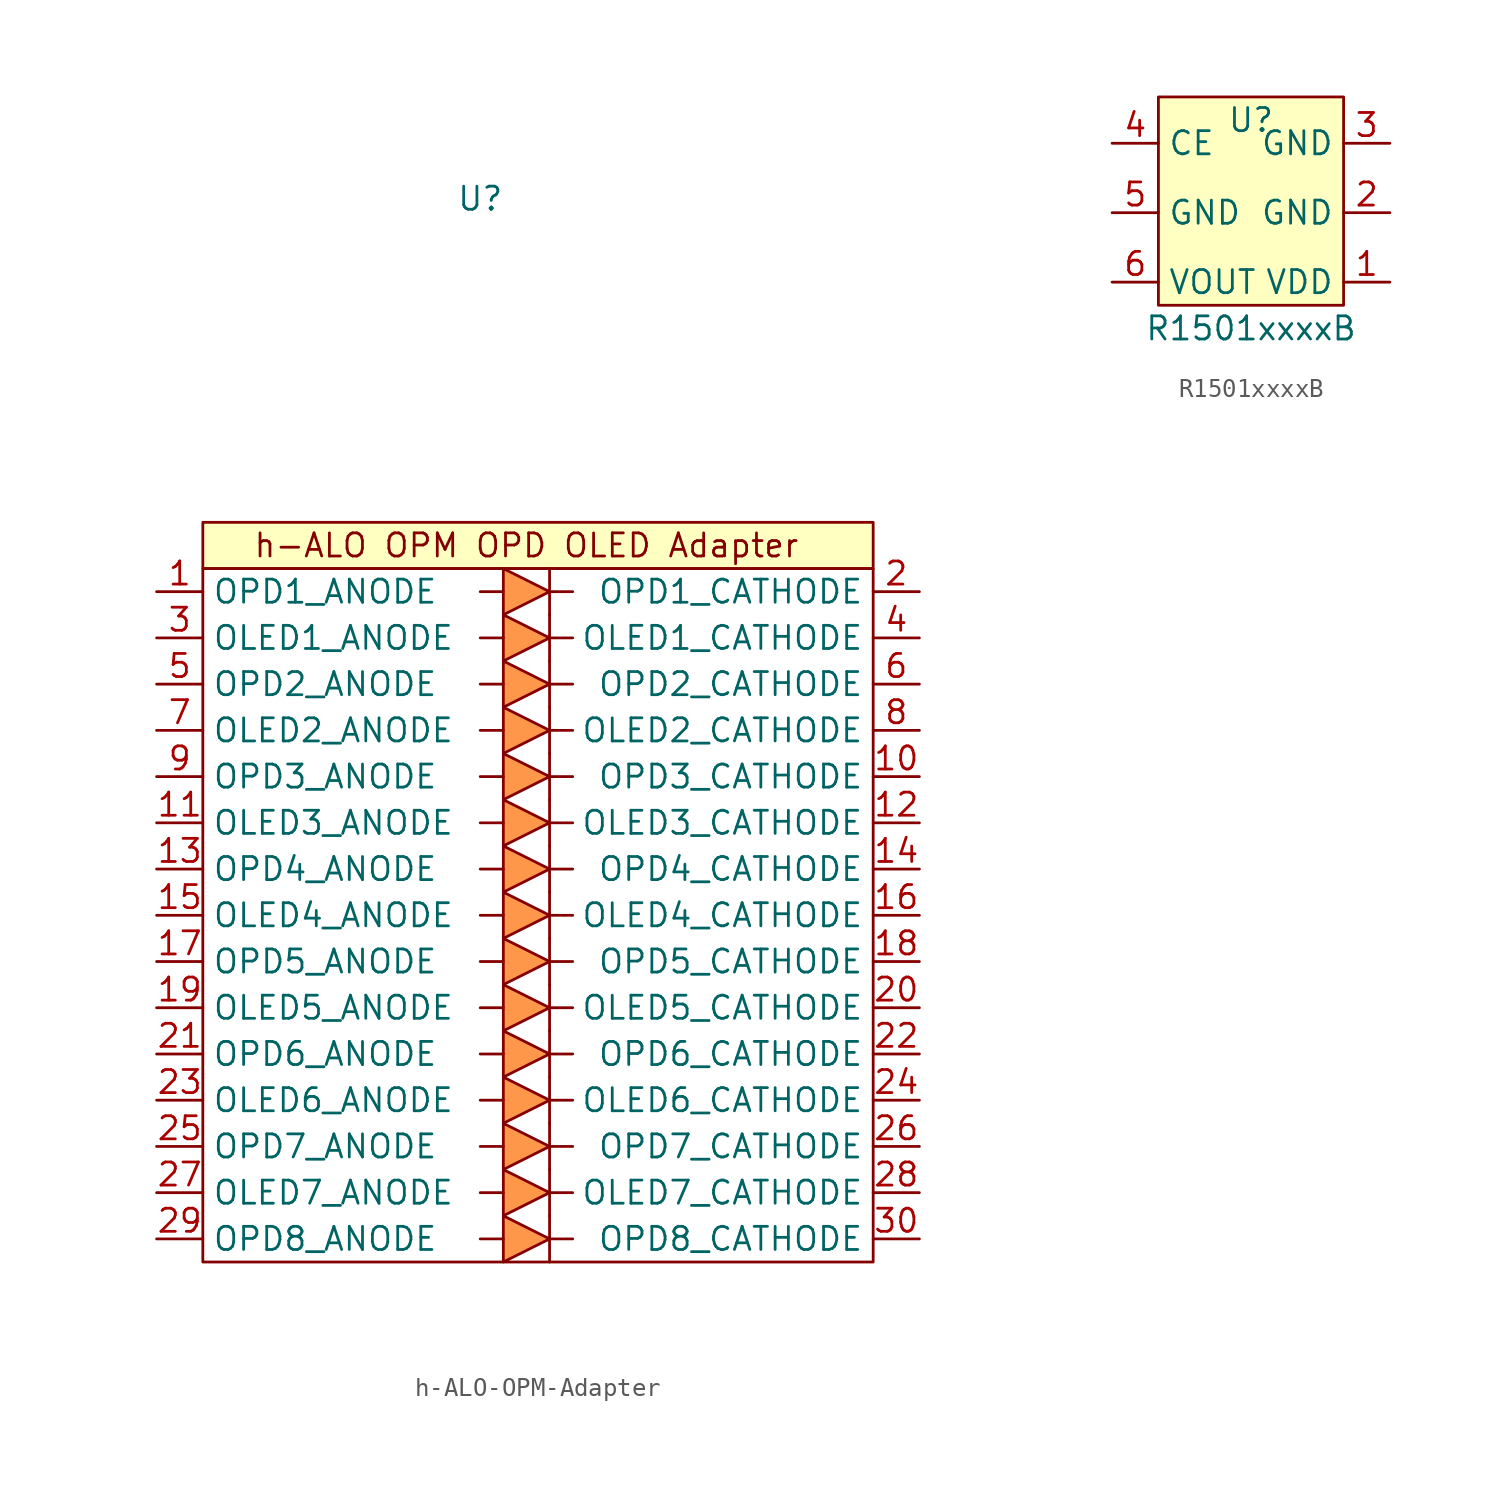
<source format=kicad_sym>
(kicad_symbol_lib
  (version 20220914)
  (generator kicad_symbol_editor)
  (symbol "h-ALO-OPM-Adapter"
    (property "Reference" "U"
      (at 39.37 2.54 0)
      (effects (font (size 1.27 1.27))))
    (property "Value" ""
      (at 21.59 -21.59 0)
      (effects (font (size 1.27 1.27))))
    (symbol "h-ALO-OPM-Adapter_0_1"
      (polyline (pts (xy 40.64 -54.61) (xy 39.37 -54.61)) (stroke (width 0) (type default)) (fill (type none)))
      (polyline (pts (xy 40.64 -52.07) (xy 39.37 -52.07)) (stroke (width 0) (type default)) (fill (type none)))
      (polyline (pts (xy 40.64 -49.53) (xy 39.37 -49.53)) (stroke (width 0) (type default)) (fill (type none)))
      (polyline (pts (xy 40.64 -46.99) (xy 39.37 -46.99)) (stroke (width 0) (type default)) (fill (type none)))
      (polyline (pts (xy 40.64 -44.45) (xy 39.37 -44.45)) (stroke (width 0) (type default)) (fill (type none)))
      (polyline (pts (xy 40.64 -41.91) (xy 39.37 -41.91)) (stroke (width 0) (type default)) (fill (type none)))
      (polyline (pts (xy 40.64 -39.37) (xy 39.37 -39.37)) (stroke (width 0) (type default)) (fill (type none)))
      (polyline (pts (xy 40.64 -36.83) (xy 39.37 -36.83)) (stroke (width 0) (type default)) (fill (type none)))
      (polyline (pts (xy 40.64 -34.29) (xy 39.37 -34.29)) (stroke (width 0) (type default)) (fill (type none)))
      (polyline (pts (xy 40.64 -31.75) (xy 39.37 -31.75)) (stroke (width 0) (type default)) (fill (type none)))
      (polyline (pts (xy 40.64 -29.21) (xy 39.37 -29.21)) (stroke (width 0) (type default)) (fill (type none)))
      (polyline (pts (xy 40.64 -26.67) (xy 39.37 -26.67)) (stroke (width 0) (type default)) (fill (type none)))
      (polyline (pts (xy 40.64 -24.13) (xy 39.37 -24.13)) (stroke (width 0) (type default)) (fill (type none)))
      (polyline (pts (xy 40.64 -21.59) (xy 39.37 -21.59)) (stroke (width 0) (type default)) (fill (type none)))
      (polyline (pts (xy 40.64 -19.05) (xy 39.37 -19.05)) (stroke (width 0) (type default)) (fill (type none)))
      (polyline (pts (xy 43.18 -54.61) (xy 44.45 -54.61)) (stroke (width 0) (type default)) (fill (type none)))
      (polyline (pts (xy 43.18 -52.07) (xy 44.45 -52.07)) (stroke (width 0) (type default)) (fill (type none)))
      (polyline (pts (xy 43.18 -49.53) (xy 44.45 -49.53)) (stroke (width 0) (type default)) (fill (type none)))
      (polyline (pts (xy 43.18 -46.99) (xy 44.45 -46.99)) (stroke (width 0) (type default)) (fill (type none)))
      (polyline (pts (xy 43.18 -44.45) (xy 44.45 -44.45)) (stroke (width 0) (type default)) (fill (type none)))
      (polyline (pts (xy 43.18 -41.91) (xy 44.45 -41.91)) (stroke (width 0) (type default)) (fill (type none)))
      (polyline (pts (xy 43.18 -39.37) (xy 44.45 -39.37)) (stroke (width 0) (type default)) (fill (type none)))
      (polyline (pts (xy 43.18 -36.83) (xy 44.45 -36.83)) (stroke (width 0) (type default)) (fill (type none)))
      (polyline (pts (xy 43.18 -34.29) (xy 44.45 -34.29)) (stroke (width 0) (type default)) (fill (type none)))
      (polyline (pts (xy 43.18 -31.75) (xy 44.45 -31.75)) (stroke (width 0) (type default)) (fill (type none)))
      (polyline (pts (xy 43.18 -29.21) (xy 44.45 -29.21)) (stroke (width 0) (type default)) (fill (type none)))
      (polyline (pts (xy 43.18 -26.67) (xy 44.45 -26.67)) (stroke (width 0) (type default)) (fill (type none)))
      (polyline (pts (xy 43.18 -24.13) (xy 44.45 -24.13)) (stroke (width 0) (type default)) (fill (type none)))
      (polyline (pts (xy 43.18 -21.59) (xy 44.45 -21.59)) (stroke (width 0) (type default)) (fill (type none)))
      (polyline (pts (xy 43.18 -19.05) (xy 44.45 -19.05)) (stroke (width 0) (type default)) (fill (type none))))
    (symbol "h-ALO-OPM-Adapter_1_0"
      (pin unspecified line (at 21.59 -19.05 0) (length 2.54) (name "OPD1_ANODE" (effects (font (size 1.27 1.27)))) (number "1" (effects (font (size 1.27 1.27)))))
      (pin unspecified line (at 63.5 -29.21 180) (length 2.54) (name "OPD3_CATHODE" (effects (font (size 1.27 1.27)))) (number "10" (effects (font (size 1.27 1.27)))))
      (pin unspecified line (at 21.59 -31.75 0) (length 2.54) (name "OLED3_ANODE" (effects (font (size 1.27 1.27)))) (number "11" (effects (font (size 1.27 1.27)))))
      (pin unspecified line (at 63.5 -31.75 180) (length 2.54) (name "OLED3_CATHODE" (effects (font (size 1.27 1.27)))) (number "12" (effects (font (size 1.27 1.27)))))
      (pin unspecified line (at 21.59 -34.29 0) (length 2.54) (name "OPD4_ANODE" (effects (font (size 1.27 1.27)))) (number "13" (effects (font (size 1.27 1.27)))))
      (pin unspecified line (at 63.5 -34.29 180) (length 2.54) (name "OPD4_CATHODE" (effects (font (size 1.27 1.27)))) (number "14" (effects (font (size 1.27 1.27)))))
      (pin unspecified line (at 21.59 -36.83 0) (length 2.54) (name "OLED4_ANODE" (effects (font (size 1.27 1.27)))) (number "15" (effects (font (size 1.27 1.27)))))
      (pin unspecified line (at 63.5 -36.83 180) (length 2.54) (name "OLED4_CATHODE" (effects (font (size 1.27 1.27)))) (number "16" (effects (font (size 1.27 1.27)))))
      (pin unspecified line (at 21.59 -39.37 0) (length 2.54) (name "OPD5_ANODE" (effects (font (size 1.27 1.27)))) (number "17" (effects (font (size 1.27 1.27)))))
      (pin unspecified line (at 63.5 -39.37 180) (length 2.54) (name "OPD5_CATHODE" (effects (font (size 1.27 1.27)))) (number "18" (effects (font (size 1.27 1.27)))))
      (pin unspecified line (at 21.59 -41.91 0) (length 2.54) (name "OLED5_ANODE" (effects (font (size 1.27 1.27)))) (number "19" (effects (font (size 1.27 1.27)))))
      (pin unspecified line (at 63.5 -19.05 180) (length 2.54) (name "OPD1_CATHODE" (effects (font (size 1.27 1.27)))) (number "2" (effects (font (size 1.27 1.27)))))
      (pin unspecified line (at 63.5 -41.91 180) (length 2.54) (name "OLED5_CATHODE" (effects (font (size 1.27 1.27)))) (number "20" (effects (font (size 1.27 1.27)))))
      (pin unspecified line (at 21.59 -44.45 0) (length 2.54) (name "OPD6_ANODE" (effects (font (size 1.27 1.27)))) (number "21" (effects (font (size 1.27 1.27)))))
      (pin unspecified line (at 63.5 -44.45 180) (length 2.54) (name "OPD6_CATHODE" (effects (font (size 1.27 1.27)))) (number "22" (effects (font (size 1.27 1.27)))))
      (pin unspecified line (at 21.59 -46.99 0) (length 2.54) (name "OLED6_ANODE" (effects (font (size 1.27 1.27)))) (number "23" (effects (font (size 1.27 1.27)))))
      (pin unspecified line (at 63.5 -46.99 180) (length 2.54) (name "OLED6_CATHODE" (effects (font (size 1.27 1.27)))) (number "24" (effects (font (size 1.27 1.27)))))
      (pin unspecified line (at 21.59 -49.53 0) (length 2.54) (name "OPD7_ANODE" (effects (font (size 1.27 1.27)))) (number "25" (effects (font (size 1.27 1.27)))))
      (pin unspecified line (at 63.5 -49.53 180) (length 2.54) (name "OPD7_CATHODE" (effects (font (size 1.27 1.27)))) (number "26" (effects (font (size 1.27 1.27)))))
      (pin unspecified line (at 21.59 -52.07 0) (length 2.54) (name "OLED7_ANODE" (effects (font (size 1.27 1.27)))) (number "27" (effects (font (size 1.27 1.27)))))
      (pin unspecified line (at 63.5 -52.07 180) (length 2.54) (name "OLED7_CATHODE" (effects (font (size 1.27 1.27)))) (number "28" (effects (font (size 1.27 1.27)))))
      (pin unspecified line (at 21.59 -54.61 0) (length 2.54) (name "OPD8_ANODE" (effects (font (size 1.27 1.27)))) (number "29" (effects (font (size 1.27 1.27)))))
      (pin unspecified line (at 21.59 -21.59 0) (length 2.54) (name "OLED1_ANODE" (effects (font (size 1.27 1.27)))) (number "3" (effects (font (size 1.27 1.27)))))
      (pin unspecified line (at 63.5 -54.61 180) (length 2.54) (name "OPD8_CATHODE" (effects (font (size 1.27 1.27)))) (number "30" (effects (font (size 1.27 1.27)))))
      (pin unspecified line (at 63.5 -21.59 180) (length 2.54) (name "OLED1_CATHODE" (effects (font (size 1.27 1.27)))) (number "4" (effects (font (size 1.27 1.27)))))
      (pin unspecified line (at 21.59 -24.13 0) (length 2.54) (name "OPD2_ANODE" (effects (font (size 1.27 1.27)))) (number "5" (effects (font (size 1.27 1.27)))))
      (pin unspecified line (at 63.5 -24.13 180) (length 2.54) (name "OPD2_CATHODE" (effects (font (size 1.27 1.27)))) (number "6" (effects (font (size 1.27 1.27)))))
      (pin unspecified line (at 21.59 -26.67 0) (length 2.54) (name "OLED2_ANODE" (effects (font (size 1.27 1.27)))) (number "7" (effects (font (size 1.27 1.27)))))
      (pin unspecified line (at 63.5 -26.67 180) (length 2.54) (name "OLED2_CATHODE" (effects (font (size 1.27 1.27)))) (number "8" (effects (font (size 1.27 1.27)))))
      (pin unspecified line (at 21.59 -29.21 0) (length 2.54) (name "OPD3_ANODE" (effects (font (size 1.27 1.27)))) (number "9" (effects (font (size 1.27 1.27))))))
    (symbol "h-ALO-OPM-Adapter_1_1"
      (polyline (pts (xy 43.18 -53.34) (xy 43.18 -55.88)) (stroke (width 0) (type default)) (fill (type none)))
      (polyline (pts (xy 43.18 -50.8) (xy 43.18 -53.34)) (stroke (width 0) (type default)) (fill (type none)))
      (polyline (pts (xy 43.18 -48.26) (xy 43.18 -50.8)) (stroke (width 0) (type default)) (fill (type none)))
      (polyline (pts (xy 43.18 -45.72) (xy 43.18 -48.26)) (stroke (width 0) (type default)) (fill (type none)))
      (polyline (pts (xy 43.18 -43.18) (xy 43.18 -45.72)) (stroke (width 0) (type default)) (fill (type none)))
      (polyline (pts (xy 43.18 -40.64) (xy 43.18 -43.18)) (stroke (width 0) (type default)) (fill (type none)))
      (polyline (pts (xy 43.18 -38.1) (xy 43.18 -40.64)) (stroke (width 0) (type default)) (fill (type none)))
      (polyline (pts (xy 43.18 -35.56) (xy 43.18 -38.1)) (stroke (width 0) (type default)) (fill (type none)))
      (polyline (pts (xy 43.18 -33.02) (xy 43.18 -35.56)) (stroke (width 0) (type default)) (fill (type none)))
      (polyline (pts (xy 43.18 -30.48) (xy 43.18 -33.02)) (stroke (width 0) (type default)) (fill (type none)))
      (polyline (pts (xy 43.18 -27.94) (xy 43.18 -30.48)) (stroke (width 0) (type default)) (fill (type none)))
      (polyline (pts (xy 43.18 -25.4) (xy 43.18 -27.94)) (stroke (width 0) (type default)) (fill (type none)))
      (polyline (pts (xy 43.18 -22.86) (xy 43.18 -25.4)) (stroke (width 0) (type default)) (fill (type none)))
      (polyline (pts (xy 43.18 -20.32) (xy 43.18 -22.86)) (stroke (width 0) (type default)) (fill (type none)))
      (polyline (pts (xy 43.18 -17.78) (xy 43.18 -20.32)) (stroke (width 0) (type default)) (fill (type none)))
      (polyline (pts (xy 40.64 -53.34) (xy 40.64 -55.88) (xy 43.18 -54.61) (xy 40.64 -53.34)) (stroke (width 0) (type default)) (fill (type color) (color 255 151 74 1)))
      (polyline (pts (xy 40.64 -50.8) (xy 40.64 -53.34) (xy 43.18 -52.07) (xy 40.64 -50.8)) (stroke (width 0) (type default)) (fill (type color) (color 255 151 74 1)))
      (polyline (pts (xy 40.64 -48.26) (xy 40.64 -50.8) (xy 43.18 -49.53) (xy 40.64 -48.26)) (stroke (width 0) (type default)) (fill (type color) (color 255 151 74 1)))
      (polyline (pts (xy 40.64 -45.72) (xy 40.64 -48.26) (xy 43.18 -46.99) (xy 40.64 -45.72)) (stroke (width 0) (type default)) (fill (type color) (color 255 151 74 1)))
      (polyline (pts (xy 40.64 -43.18) (xy 40.64 -45.72) (xy 43.18 -44.45) (xy 40.64 -43.18)) (stroke (width 0) (type default)) (fill (type color) (color 255 151 74 1)))
      (polyline (pts (xy 40.64 -40.64) (xy 40.64 -43.18) (xy 43.18 -41.91) (xy 40.64 -40.64)) (stroke (width 0) (type default)) (fill (type color) (color 255 151 74 1)))
      (polyline (pts (xy 40.64 -38.1) (xy 40.64 -40.64) (xy 43.18 -39.37) (xy 40.64 -38.1)) (stroke (width 0) (type default)) (fill (type color) (color 255 151 74 1)))
      (polyline (pts (xy 40.64 -35.56) (xy 40.64 -38.1) (xy 43.18 -36.83) (xy 40.64 -35.56)) (stroke (width 0) (type default)) (fill (type color) (color 255 151 74 1)))
      (polyline (pts (xy 40.64 -33.02) (xy 40.64 -35.56) (xy 43.18 -34.29) (xy 40.64 -33.02)) (stroke (width 0) (type default)) (fill (type color) (color 255 151 74 1)))
      (polyline (pts (xy 40.64 -30.48) (xy 40.64 -33.02) (xy 43.18 -31.75) (xy 40.64 -30.48)) (stroke (width 0) (type default)) (fill (type color) (color 255 151 74 1)))
      (polyline (pts (xy 40.64 -27.94) (xy 40.64 -30.48) (xy 43.18 -29.21) (xy 40.64 -27.94)) (stroke (width 0) (type default)) (fill (type color) (color 255 151 74 1)))
      (polyline (pts (xy 40.64 -25.4) (xy 40.64 -27.94) (xy 43.18 -26.67) (xy 40.64 -25.4)) (stroke (width 0) (type default)) (fill (type color) (color 255 151 74 1)))
      (polyline (pts (xy 40.64 -22.86) (xy 40.64 -25.4) (xy 43.18 -24.13) (xy 40.64 -22.86)) (stroke (width 0) (type default)) (fill (type color) (color 255 151 74 1)))
      (polyline (pts (xy 40.64 -20.32) (xy 40.64 -22.86) (xy 43.18 -21.59) (xy 40.64 -20.32)) (stroke (width 0) (type default)) (fill (type color) (color 255 151 74 1)))
      (polyline (pts (xy 40.64 -17.78) (xy 40.64 -20.32) (xy 43.18 -19.05) (xy 40.64 -17.78)) (stroke (width 0) (type default)) (fill (type color) (color 255 151 74 1)))
      (rectangle (start 24.13 -17.78) (end 60.96 -55.88) (stroke (width 0) (type default)) (fill (type none)))
      (rectangle (start 24.13 -15.24) (end 60.96 -17.78) (stroke (width 0) (type default)) (fill (type background)))
      (text "h-ALO OPM OPD OLED Adapter" (at 41.91 -16.51 0) (effects (font (size 1.27 1.27))))))
  (symbol "R1501xxxxB"
    (property "Reference" "U"
      (at 0 5.08 0)
      (effects (font (size 1.27 1.27))))
    (property "Value" "R1501xxxxB"
      (at 0 -6.35 0)
      (effects (font (size 1.27 1.27))))
    (symbol "R1501xxxxB_0_0"
      (pin power_in line (at 7.62 -3.81 180) (length 2.54) (name "VDD" (effects (font (size 1.27 1.27)))) (number "1" (effects (font (size 1.27 1.27)))))
      (pin power_in line (at 7.62 0 180) (length 2.54) (name "GND" (effects (font (size 1.27 1.27)))) (number "2" (effects (font (size 1.27 1.27)))))
      (pin power_in line (at 7.62 3.81 180) (length 2.54) (name "GND" (effects (font (size 1.27 1.27)))) (number "3" (effects (font (size 1.27 1.27)))))
      (pin passive line (at -7.62 3.81 0) (length 2.54) (name "CE" (effects (font (size 1.27 1.27)))) (number "4" (effects (font (size 1.27 1.27)))))
      (pin power_in line (at -7.62 0 0) (length 2.54) (name "GND" (effects (font (size 1.27 1.27)))) (number "5" (effects (font (size 1.27 1.27)))))
      (pin power_out line (at -7.62 -3.81 0) (length 2.54) (name "VOUT" (effects (font (size 1.27 1.27)))) (number "6" (effects (font (size 1.27 1.27))))))
    (symbol "R1501xxxxB_1_1"
      (rectangle (start -5.08 6.35) (end 5.08 -5.08) (stroke (width 0) (type default)) (fill (type background))))))
</source>
